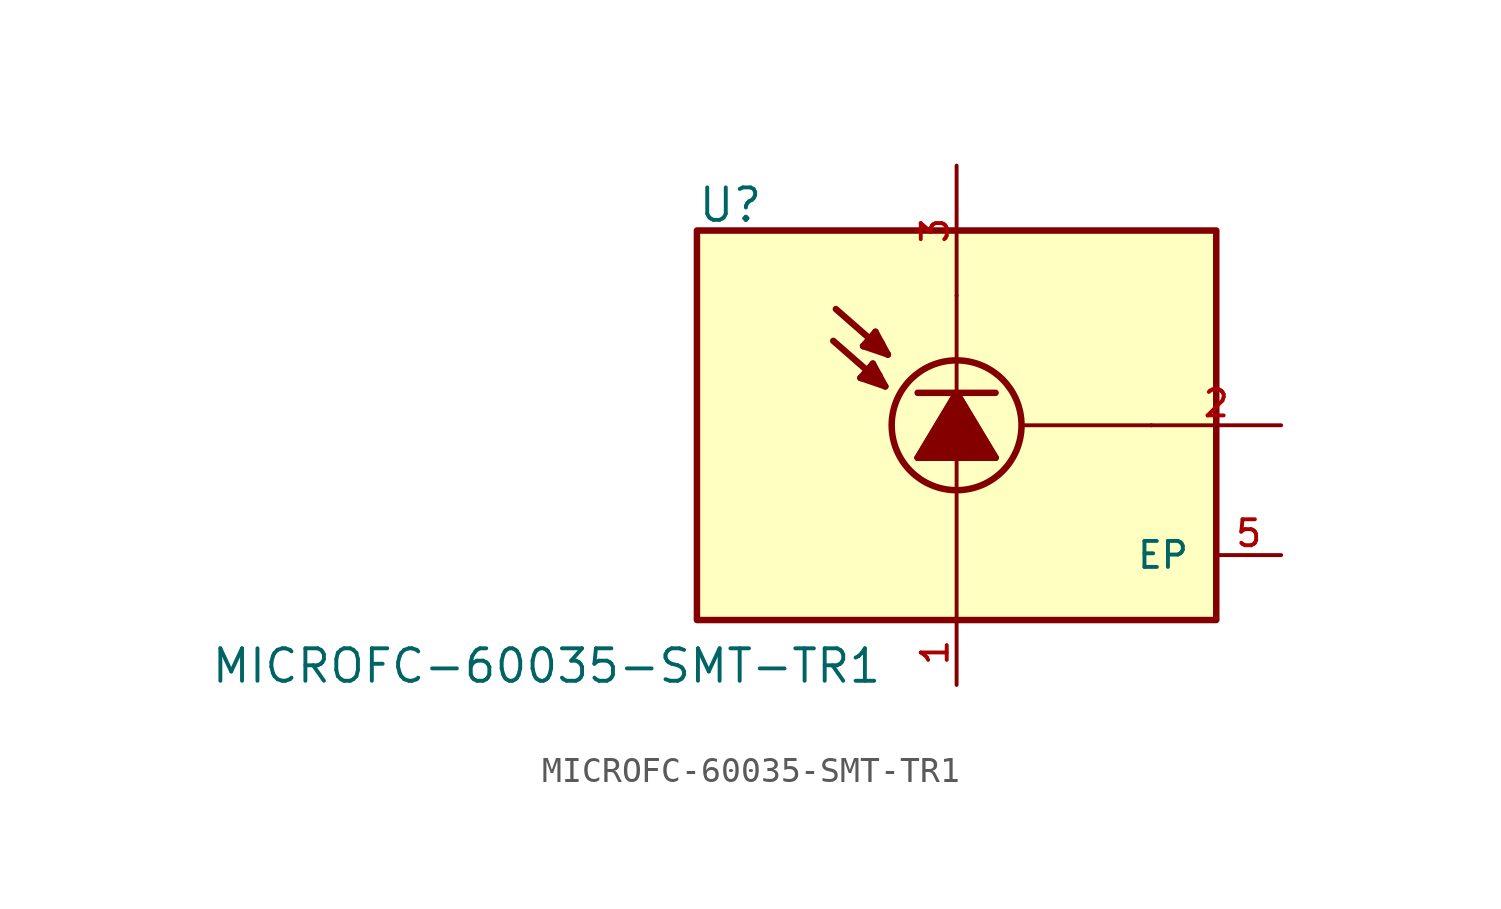
<source format=kicad_sym>
(kicad_symbol_lib
  (version 20231120)
  (generator "kicad_symbol_editor")
  (generator_version "8.0")
  (symbol "MICROFC-60035-SMT-TR1"
    (pin_names
      (offset 1.016))
    (property "Reference" "U"
      (at -10.16 7.874 0)
      (effects (font (size 1.27 1.27)) (justify left bottom)))
    (property "Value" "MICROFC-60035-SMT-TR1"
      (at -29.21 -10.16 0)
      (effects (font (size 1.27 1.27)) (justify left bottom)))
    (symbol "MICROFC-60035-SMT-TR1_0_0"
      (rectangle (start -10.16 -7.62) (end 10.16 7.62) (stroke (width 0.254) (type default)) (fill (type background)))
      (polyline (pts (xy -3.759 1.854) (xy -3.277 2.413)) (stroke (width 0.254) (type default)) (fill (type none)))
      (polyline (pts (xy -3.759 1.854) (xy -3.023 1.829)) (stroke (width 0.254) (type default)) (fill (type none)))
      (polyline (pts (xy -3.658 3.099) (xy -3.175 3.658)) (stroke (width 0.254) (type default)) (fill (type none)))
      (polyline (pts (xy -3.658 3.099) (xy -2.921 3.073)) (stroke (width 0.254) (type default)) (fill (type none)))
      (polyline (pts (xy -3.353 2.235) (xy -3.2 2.007)) (stroke (width 0.254) (type default)) (fill (type none)))
      (polyline (pts (xy -3.277 2.413) (xy -2.794 1.524)) (stroke (width 0.254) (type default)) (fill (type none)))
      (polyline (pts (xy -3.251 3.48) (xy -3.099 3.251)) (stroke (width 0.254) (type default)) (fill (type none)))
      (polyline (pts (xy -3.175 3.658) (xy -2.692 2.769)) (stroke (width 0.254) (type default)) (fill (type none)))
      (polyline (pts (xy -3.023 1.829) (xy -3.023 1.956)) (stroke (width 0.254) (type default)) (fill (type none)))
      (polyline (pts (xy -2.921 3.073) (xy -2.921 3.2)) (stroke (width 0.254) (type default)) (fill (type none)))
      (polyline (pts (xy -2.794 1.524) (xy -4.826 3.302)) (stroke (width 0.254) (type default)) (fill (type none)))
      (polyline (pts (xy -2.794 1.524) (xy -3.759 1.854)) (stroke (width 0.254) (type default)) (fill (type none)))
      (polyline (pts (xy -2.692 2.769) (xy -4.724 4.547)) (stroke (width 0.254) (type default)) (fill (type none)))
      (polyline (pts (xy -2.692 2.769) (xy -3.658 3.099)) (stroke (width 0.254) (type default)) (fill (type none)))
      (polyline (pts (xy -1.524 -1.27) (xy 0 -1.27)) (stroke (width 0.254) (type default)) (fill (type none)))
      (polyline (pts (xy -1.524 1.27) (xy 0 1.27)) (stroke (width 0.254) (type default)) (fill (type none)))
      (polyline (pts (xy 0 -1.27) (xy 0 -7.62)) (stroke (width 0.152) (type default)) (fill (type none)))
      (polyline (pts (xy 0 -1.27) (xy 1.524 -1.27)) (stroke (width 0.254) (type default)) (fill (type none)))
      (polyline (pts (xy 0 1.27) (xy -1.524 -1.27)) (stroke (width 0.254) (type default)) (fill (type none)))
      (polyline (pts (xy 0 1.27) (xy 1.524 1.27)) (stroke (width 0.254) (type default)) (fill (type none)))
      (polyline (pts (xy 0 5.08) (xy 0 1.27)) (stroke (width 0.152) (type default)) (fill (type none)))
      (polyline (pts (xy 1.524 -1.27) (xy 0 1.27)) (stroke (width 0.254) (type default)) (fill (type none)))
      (polyline (pts (xy 2.54 0) (xy 7.62 0)) (stroke (width 0.152) (type default)) (fill (type none)))
      (polyline (pts (xy 0 1.27) (xy -1.524 -1.27) (xy 1.524 -1.27) (xy 0 1.27)) (stroke (width 0.254) (type default)) (fill (type outline)))
      (circle (center 0 0) (radius 2.54) (stroke (width 0.254) (type default)) (fill (type none)))
      (pin passive line (at 0 -10.16 90) (length 2.54) (name "~" (effects (font (size 1.016 1.016)))) (number "1" (effects (font (size 1.016 1.016)))))
      (pin passive line (at 12.7 0 180) (length 5.08) (name "~" (effects (font (size 1.016 1.016)))) (number "2" (effects (font (size 1.016 1.016)))))
      (pin passive line (at 0 10.16 270) (length 5.08) (name "~" (effects (font (size 1.016 1.016)))) (number "3" (effects (font (size 1.016 1.016)))))
      (pin power_in line (at 12.7 -5.08 180) (length 2.54) (name "EP" (effects (font (size 1.016 1.016)))) (number "5" (effects (font (size 1.016 1.016))))))))
</source>
